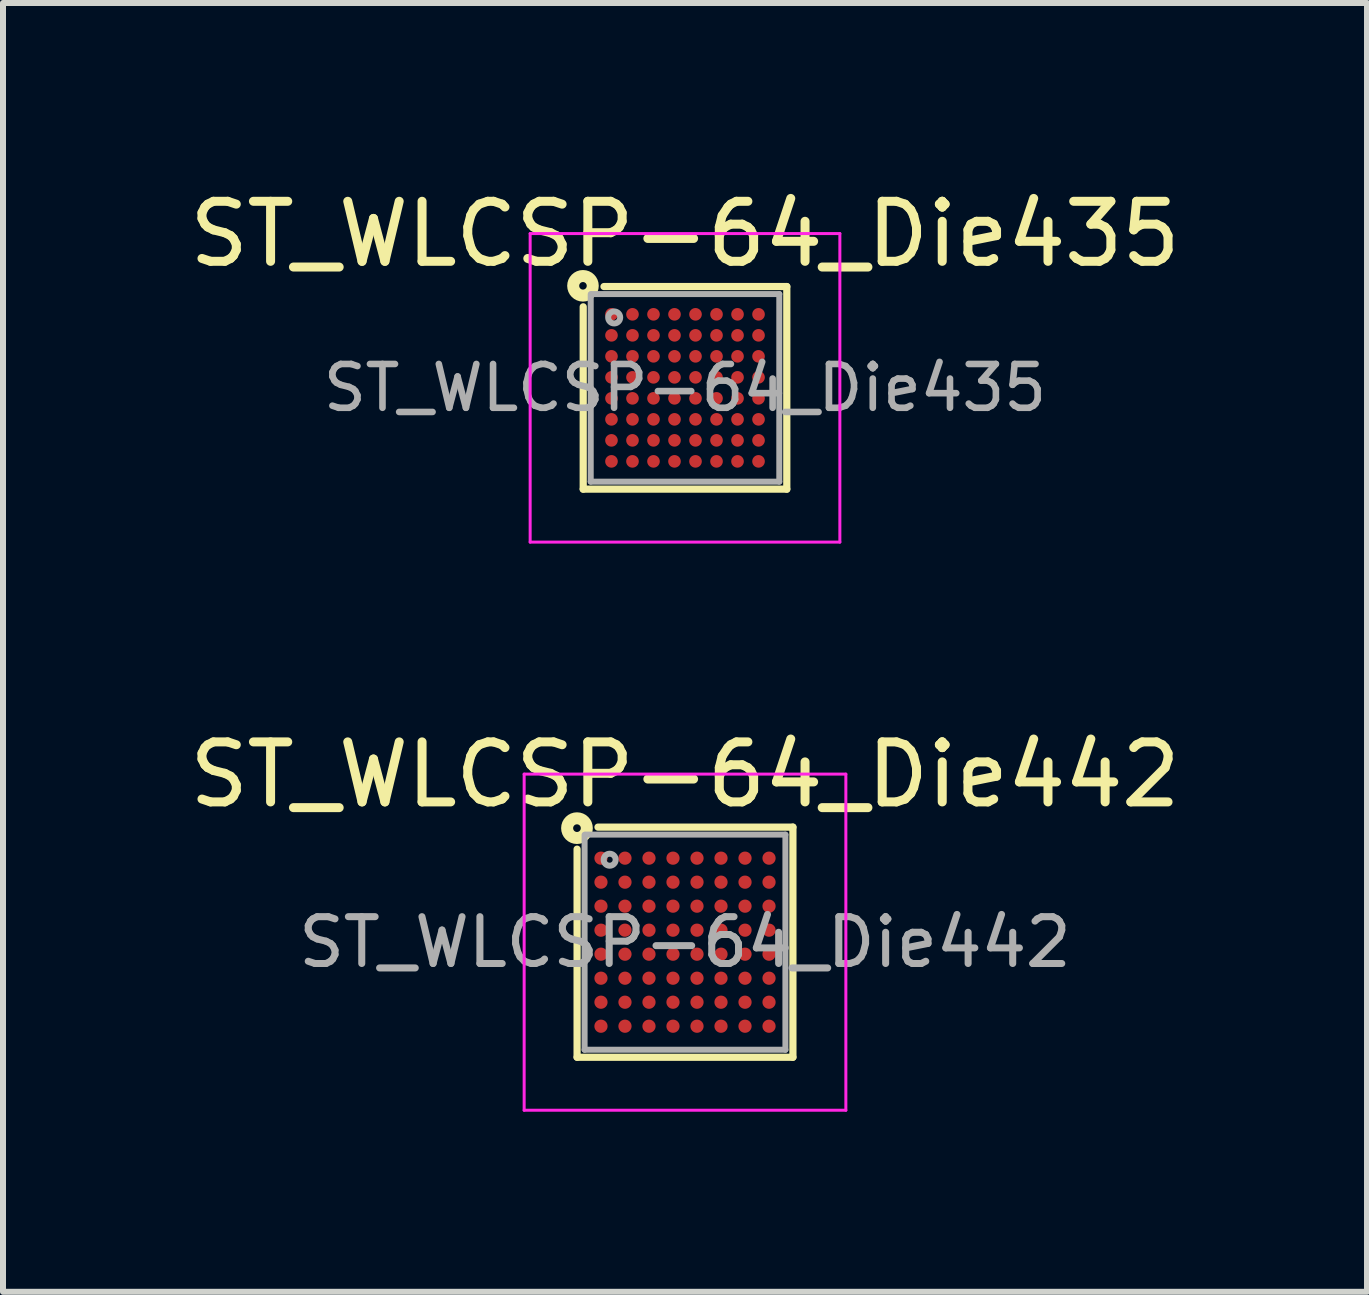
<source format=kicad_pcb>
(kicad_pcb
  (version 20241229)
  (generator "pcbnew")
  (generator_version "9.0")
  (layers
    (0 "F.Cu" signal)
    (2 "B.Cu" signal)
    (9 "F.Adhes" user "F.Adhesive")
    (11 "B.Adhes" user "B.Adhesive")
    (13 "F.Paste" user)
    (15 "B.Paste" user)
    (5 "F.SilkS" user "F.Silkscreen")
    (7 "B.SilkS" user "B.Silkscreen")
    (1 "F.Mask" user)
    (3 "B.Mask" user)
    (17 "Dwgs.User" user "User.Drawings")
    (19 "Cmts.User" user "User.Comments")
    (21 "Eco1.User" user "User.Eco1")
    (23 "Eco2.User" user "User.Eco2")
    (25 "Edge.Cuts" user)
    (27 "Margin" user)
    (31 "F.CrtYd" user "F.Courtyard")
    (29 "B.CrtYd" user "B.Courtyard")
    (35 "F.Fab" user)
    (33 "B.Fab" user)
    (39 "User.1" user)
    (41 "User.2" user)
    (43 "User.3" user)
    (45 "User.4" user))
  (footprint "ST_WLCSP-64_Die435"
    (layer "F.Cu")
    (at 8.363 3.412)
    (property "Reference" "ST_WLCSP-64_Die435" (at 0 -2.563 0) (layer "F.SilkS") (effects (font (size 1 1) (thickness 0.15))))
    (attr smd)
    (fp_line (start -1.696 1.688) (end -1.696 -1.35) (stroke (width 0.12) (type solid)) (layer "F.SilkS"))
    (fp_line (start -1.35 -1.688) (end 1.696 -1.688) (stroke (width 0.12) (type solid)) (layer "F.SilkS"))
    (fp_line (start 1.696 -1.688) (end 1.696 1.688) (stroke (width 0.12) (type solid)) (layer "F.SilkS"))
    (fp_line (start 1.696 1.688) (end -1.696 1.688) (stroke (width 0.12) (type solid)) (layer "F.SilkS"))
    (fp_circle (center -1.7 -1.7) (end -1.637 -1.7) (stroke (width 0.2) (type solid)) (fill no) (layer "F.SilkS"))
    (fp_line (start -2.58 -2.57) (end -2.58 2.57) (stroke (width 0.05) (type solid)) (layer "F.CrtYd"))
    (fp_line (start -2.58 2.57) (end 2.58 2.57) (stroke (width 0.05) (type solid)) (layer "F.CrtYd"))
    (fp_line (start 2.58 -2.57) (end -2.58 -2.57) (stroke (width 0.05) (type solid)) (layer "F.CrtYd"))
    (fp_line (start 2.58 2.57) (end 2.58 -2.57) (stroke (width 0.05) (type solid)) (layer "F.CrtYd"))
    (fp_line (start -1.571 1.563) (end -1.571 -1.56) (stroke (width 0.1) (type solid)) (layer "F.Fab"))
    (fp_line (start -1.56 -1.563) (end 1.571 -1.563) (stroke (width 0.1) (type solid)) (layer "F.Fab"))
    (fp_line (start 1.571 -1.563) (end 1.571 1.563) (stroke (width 0.1) (type solid)) (layer "F.Fab"))
    (fp_line (start 1.571 1.563) (end -1.571 1.563) (stroke (width 0.1) (type solid)) (layer "F.Fab"))
    (fp_circle (center -1.18 -1.173) (end -1.08 -1.173) (stroke (width 0.1) (type solid)) (fill no) (layer "F.Fab"))
    (fp_text user "${REFERENCE}" (at 0 0 0) (layer "F.Fab") (effects (font (size 0.73 0.73) (thickness 0.11))))
    (pad "A1" smd circle (at -1.225 -1.225) (size 0.21 0.21) (layers "F.Cu" "F.Mask" "F.Paste"))
    (pad "A2" smd circle (at -0.875 -1.225) (size 0.21 0.21) (layers "F.Cu" "F.Mask" "F.Paste"))
    (pad "A3" smd circle (at -0.525 -1.225) (size 0.21 0.21) (layers "F.Cu" "F.Mask" "F.Paste"))
    (pad "A4" smd circle (at -0.175 -1.225) (size 0.21 0.21) (layers "F.Cu" "F.Mask" "F.Paste"))
    (pad "A5" smd circle (at 0.175 -1.225) (size 0.21 0.21) (layers "F.Cu" "F.Mask" "F.Paste"))
    (pad "A6" smd circle (at 0.525 -1.225) (size 0.21 0.21) (layers "F.Cu" "F.Mask" "F.Paste"))
    (pad "A7" smd circle (at 0.875 -1.225) (size 0.21 0.21) (layers "F.Cu" "F.Mask" "F.Paste"))
    (pad "A8" smd circle (at 1.225 -1.225) (size 0.21 0.21) (layers "F.Cu" "F.Mask" "F.Paste"))
    (pad "B1" smd circle (at -1.225 -0.875) (size 0.21 0.21) (layers "F.Cu" "F.Mask" "F.Paste"))
    (pad "B2" smd circle (at -0.875 -0.875) (size 0.21 0.21) (layers "F.Cu" "F.Mask" "F.Paste"))
    (pad "B3" smd circle (at -0.525 -0.875) (size 0.21 0.21) (layers "F.Cu" "F.Mask" "F.Paste"))
    (pad "B4" smd circle (at -0.175 -0.875) (size 0.21 0.21) (layers "F.Cu" "F.Mask" "F.Paste"))
    (pad "B5" smd circle (at 0.175 -0.875) (size 0.21 0.21) (layers "F.Cu" "F.Mask" "F.Paste"))
    (pad "B6" smd circle (at 0.525 -0.875) (size 0.21 0.21) (layers "F.Cu" "F.Mask" "F.Paste"))
    (pad "B7" smd circle (at 0.875 -0.875) (size 0.21 0.21) (layers "F.Cu" "F.Mask" "F.Paste"))
    (pad "B8" smd circle (at 1.225 -0.875) (size 0.21 0.21) (layers "F.Cu" "F.Mask" "F.Paste"))
    (pad "C1" smd circle (at -1.225 -0.525) (size 0.21 0.21) (layers "F.Cu" "F.Mask" "F.Paste"))
    (pad "C2" smd circle (at -0.875 -0.525) (size 0.21 0.21) (layers "F.Cu" "F.Mask" "F.Paste"))
    (pad "C3" smd circle (at -0.525 -0.525) (size 0.21 0.21) (layers "F.Cu" "F.Mask" "F.Paste"))
    (pad "C4" smd circle (at -0.175 -0.525) (size 0.21 0.21) (layers "F.Cu" "F.Mask" "F.Paste"))
    (pad "C5" smd circle (at 0.175 -0.525) (size 0.21 0.21) (layers "F.Cu" "F.Mask" "F.Paste"))
    (pad "C6" smd circle (at 0.525 -0.525) (size 0.21 0.21) (layers "F.Cu" "F.Mask" "F.Paste"))
    (pad "C7" smd circle (at 0.875 -0.525) (size 0.21 0.21) (layers "F.Cu" "F.Mask" "F.Paste"))
    (pad "C8" smd circle (at 1.225 -0.525) (size 0.21 0.21) (layers "F.Cu" "F.Mask" "F.Paste"))
    (pad "D1" smd circle (at -1.225 -0.175) (size 0.21 0.21) (layers "F.Cu" "F.Mask" "F.Paste"))
    (pad "D2" smd circle (at -0.875 -0.175) (size 0.21 0.21) (layers "F.Cu" "F.Mask" "F.Paste"))
    (pad "D3" smd circle (at -0.525 -0.175) (size 0.21 0.21) (layers "F.Cu" "F.Mask" "F.Paste"))
    (pad "D4" smd circle (at -0.175 -0.175) (size 0.21 0.21) (layers "F.Cu" "F.Mask" "F.Paste"))
    (pad "D5" smd circle (at 0.175 -0.175) (size 0.21 0.21) (layers "F.Cu" "F.Mask" "F.Paste"))
    (pad "D6" smd circle (at 0.525 -0.175) (size 0.21 0.21) (layers "F.Cu" "F.Mask" "F.Paste"))
    (pad "D7" smd circle (at 0.875 -0.175) (size 0.21 0.21) (layers "F.Cu" "F.Mask" "F.Paste"))
    (pad "D8" smd circle (at 1.225 -0.175) (size 0.21 0.21) (layers "F.Cu" "F.Mask" "F.Paste"))
    (pad "E1" smd circle (at -1.225 0.175) (size 0.21 0.21) (layers "F.Cu" "F.Mask" "F.Paste"))
    (pad "E2" smd circle (at -0.875 0.175) (size 0.21 0.21) (layers "F.Cu" "F.Mask" "F.Paste"))
    (pad "E3" smd circle (at -0.525 0.175) (size 0.21 0.21) (layers "F.Cu" "F.Mask" "F.Paste"))
    (pad "E4" smd circle (at -0.175 0.175) (size 0.21 0.21) (layers "F.Cu" "F.Mask" "F.Paste"))
    (pad "E5" smd circle (at 0.175 0.175) (size 0.21 0.21) (layers "F.Cu" "F.Mask" "F.Paste"))
    (pad "E6" smd circle (at 0.525 0.175) (size 0.21 0.21) (layers "F.Cu" "F.Mask" "F.Paste"))
    (pad "E7" smd circle (at 0.875 0.175) (size 0.21 0.21) (layers "F.Cu" "F.Mask" "F.Paste"))
    (pad "E8" smd circle (at 1.225 0.175) (size 0.21 0.21) (layers "F.Cu" "F.Mask" "F.Paste"))
    (pad "F1" smd circle (at -1.225 0.525) (size 0.21 0.21) (layers "F.Cu" "F.Mask" "F.Paste"))
    (pad "F2" smd circle (at -0.875 0.525) (size 0.21 0.21) (layers "F.Cu" "F.Mask" "F.Paste"))
    (pad "F3" smd circle (at -0.525 0.525) (size 0.21 0.21) (layers "F.Cu" "F.Mask" "F.Paste"))
    (pad "F4" smd circle (at -0.175 0.525) (size 0.21 0.21) (layers "F.Cu" "F.Mask" "F.Paste"))
    (pad "F5" smd circle (at 0.175 0.525) (size 0.21 0.21) (layers "F.Cu" "F.Mask" "F.Paste"))
    (pad "F6" smd circle (at 0.525 0.525) (size 0.21 0.21) (layers "F.Cu" "F.Mask" "F.Paste"))
    (pad "F7" smd circle (at 0.875 0.525) (size 0.21 0.21) (layers "F.Cu" "F.Mask" "F.Paste"))
    (pad "F8" smd circle (at 1.225 0.525) (size 0.21 0.21) (layers "F.Cu" "F.Mask" "F.Paste"))
    (pad "G1" smd circle (at -1.225 0.875) (size 0.21 0.21) (layers "F.Cu" "F.Mask" "F.Paste"))
    (pad "G2" smd circle (at -0.875 0.875) (size 0.21 0.21) (layers "F.Cu" "F.Mask" "F.Paste"))
    (pad "G3" smd circle (at -0.525 0.875) (size 0.21 0.21) (layers "F.Cu" "F.Mask" "F.Paste"))
    (pad "G4" smd circle (at -0.175 0.875) (size 0.21 0.21) (layers "F.Cu" "F.Mask" "F.Paste"))
    (pad "G5" smd circle (at 0.175 0.875) (size 0.21 0.21) (layers "F.Cu" "F.Mask" "F.Paste"))
    (pad "G6" smd circle (at 0.525 0.875) (size 0.21 0.21) (layers "F.Cu" "F.Mask" "F.Paste"))
    (pad "G7" smd circle (at 0.875 0.875) (size 0.21 0.21) (layers "F.Cu" "F.Mask" "F.Paste"))
    (pad "G8" smd circle (at 1.225 0.875) (size 0.21 0.21) (layers "F.Cu" "F.Mask" "F.Paste"))
    (pad "H1" smd circle (at -1.225 1.225) (size 0.21 0.21) (layers "F.Cu" "F.Mask" "F.Paste"))
    (pad "H2" smd circle (at -0.875 1.225) (size 0.21 0.21) (layers "F.Cu" "F.Mask" "F.Paste"))
    (pad "H3" smd circle (at -0.525 1.225) (size 0.21 0.21) (layers "F.Cu" "F.Mask" "F.Paste"))
    (pad "H4" smd circle (at -0.175 1.225) (size 0.21 0.21) (layers "F.Cu" "F.Mask" "F.Paste"))
    (pad "H5" smd circle (at 0.175 1.225) (size 0.21 0.21) (layers "F.Cu" "F.Mask" "F.Paste"))
    (pad "H6" smd circle (at 0.525 1.225) (size 0.21 0.21) (layers "F.Cu" "F.Mask" "F.Paste"))
    (pad "H7" smd circle (at 0.875 1.225) (size 0.21 0.21) (layers "F.Cu" "F.Mask" "F.Paste"))
    (pad "H8" smd circle (at 1.225 1.225) (size 0.21 0.21) (layers "F.Cu" "F.Mask" "F.Paste")))
  (footprint "ST_WLCSP-64_Die442"
    (layer "F.Cu")
    (at 8.363 12.648)
    (property "Reference" "ST_WLCSP-64_Die442" (at 0 -2.792 0) (layer "F.SilkS") (effects (font (size 1 1) (thickness 0.15))))
    (attr smd)
    (fp_line (start -1.798 1.917) (end -1.798 -1.55) (stroke (width 0.12) (type solid)) (layer "F.SilkS"))
    (fp_line (start -1.45 -1.917) (end 1.798 -1.917) (stroke (width 0.12) (type solid)) (layer "F.SilkS"))
    (fp_line (start 1.798 -1.917) (end 1.798 1.917) (stroke (width 0.12) (type solid)) (layer "F.SilkS"))
    (fp_line (start 1.798 1.917) (end -1.798 1.917) (stroke (width 0.12) (type solid)) (layer "F.SilkS"))
    (fp_circle (center -1.8 -1.9) (end -1.736 -1.9) (stroke (width 0.2) (type solid)) (fill no) (layer "F.SilkS"))
    (fp_line (start -2.68 -2.8) (end -2.68 2.8) (stroke (width 0.05) (type solid)) (layer "F.CrtYd"))
    (fp_line (start -2.68 2.8) (end 2.68 2.8) (stroke (width 0.05) (type solid)) (layer "F.CrtYd"))
    (fp_line (start 2.68 -2.8) (end -2.68 -2.8) (stroke (width 0.05) (type solid)) (layer "F.CrtYd"))
    (fp_line (start 2.68 2.8) (end 2.68 -2.8) (stroke (width 0.05) (type solid)) (layer "F.CrtYd"))
    (fp_line (start -1.673 1.792) (end -1.673 -1.79) (stroke (width 0.1) (type solid)) (layer "F.Fab"))
    (fp_line (start -1.66 -1.792) (end 1.673 -1.792) (stroke (width 0.1) (type solid)) (layer "F.Fab"))
    (fp_line (start 1.673 -1.792) (end 1.673 1.792) (stroke (width 0.1) (type solid)) (layer "F.Fab"))
    (fp_line (start 1.673 1.792) (end -1.673 1.792) (stroke (width 0.1) (type solid)) (layer "F.Fab"))
    (fp_circle (center -1.255 -1.374) (end -1.155 -1.374) (stroke (width 0.1) (type solid)) (fill no) (layer "F.Fab"))
    (fp_text user "${REFERENCE}" (at 0 0 0) (layer "F.Fab") (effects (font (size 0.78 0.78) (thickness 0.117))))
    (pad "A1" smd circle (at -1.4 -1.4) (size 0.22 0.22) (layers "F.Cu" "F.Mask" "F.Paste"))
    (pad "A2" smd circle (at -1 -1.4) (size 0.22 0.22) (layers "F.Cu" "F.Mask" "F.Paste"))
    (pad "A3" smd circle (at -0.6 -1.4) (size 0.22 0.22) (layers "F.Cu" "F.Mask" "F.Paste"))
    (pad "A4" smd circle (at -0.2 -1.4) (size 0.22 0.22) (layers "F.Cu" "F.Mask" "F.Paste"))
    (pad "A5" smd circle (at 0.2 -1.4) (size 0.22 0.22) (layers "F.Cu" "F.Mask" "F.Paste"))
    (pad "A6" smd circle (at 0.6 -1.4) (size 0.22 0.22) (layers "F.Cu" "F.Mask" "F.Paste"))
    (pad "A7" smd circle (at 1 -1.4) (size 0.22 0.22) (layers "F.Cu" "F.Mask" "F.Paste"))
    (pad "A8" smd circle (at 1.4 -1.4) (size 0.22 0.22) (layers "F.Cu" "F.Mask" "F.Paste"))
    (pad "B1" smd circle (at -1.4 -1) (size 0.22 0.22) (layers "F.Cu" "F.Mask" "F.Paste"))
    (pad "B2" smd circle (at -1 -1) (size 0.22 0.22) (layers "F.Cu" "F.Mask" "F.Paste"))
    (pad "B3" smd circle (at -0.6 -1) (size 0.22 0.22) (layers "F.Cu" "F.Mask" "F.Paste"))
    (pad "B4" smd circle (at -0.2 -1) (size 0.22 0.22) (layers "F.Cu" "F.Mask" "F.Paste"))
    (pad "B5" smd circle (at 0.2 -1) (size 0.22 0.22) (layers "F.Cu" "F.Mask" "F.Paste"))
    (pad "B6" smd circle (at 0.6 -1) (size 0.22 0.22) (layers "F.Cu" "F.Mask" "F.Paste"))
    (pad "B7" smd circle (at 1 -1) (size 0.22 0.22) (layers "F.Cu" "F.Mask" "F.Paste"))
    (pad "B8" smd circle (at 1.4 -1) (size 0.22 0.22) (layers "F.Cu" "F.Mask" "F.Paste"))
    (pad "C1" smd circle (at -1.4 -0.6) (size 0.22 0.22) (layers "F.Cu" "F.Mask" "F.Paste"))
    (pad "C2" smd circle (at -1 -0.6) (size 0.22 0.22) (layers "F.Cu" "F.Mask" "F.Paste"))
    (pad "C3" smd circle (at -0.6 -0.6) (size 0.22 0.22) (layers "F.Cu" "F.Mask" "F.Paste"))
    (pad "C4" smd circle (at -0.2 -0.6) (size 0.22 0.22) (layers "F.Cu" "F.Mask" "F.Paste"))
    (pad "C5" smd circle (at 0.2 -0.6) (size 0.22 0.22) (layers "F.Cu" "F.Mask" "F.Paste"))
    (pad "C6" smd circle (at 0.6 -0.6) (size 0.22 0.22) (layers "F.Cu" "F.Mask" "F.Paste"))
    (pad "C7" smd circle (at 1 -0.6) (size 0.22 0.22) (layers "F.Cu" "F.Mask" "F.Paste"))
    (pad "C8" smd circle (at 1.4 -0.6) (size 0.22 0.22) (layers "F.Cu" "F.Mask" "F.Paste"))
    (pad "D1" smd circle (at -1.4 -0.2) (size 0.22 0.22) (layers "F.Cu" "F.Mask" "F.Paste"))
    (pad "D2" smd circle (at -1 -0.2) (size 0.22 0.22) (layers "F.Cu" "F.Mask" "F.Paste"))
    (pad "D3" smd circle (at -0.6 -0.2) (size 0.22 0.22) (layers "F.Cu" "F.Mask" "F.Paste"))
    (pad "D4" smd circle (at -0.2 -0.2) (size 0.22 0.22) (layers "F.Cu" "F.Mask" "F.Paste"))
    (pad "D5" smd circle (at 0.2 -0.2) (size 0.22 0.22) (layers "F.Cu" "F.Mask" "F.Paste"))
    (pad "D6" smd circle (at 0.6 -0.2) (size 0.22 0.22) (layers "F.Cu" "F.Mask" "F.Paste"))
    (pad "D7" smd circle (at 1 -0.2) (size 0.22 0.22) (layers "F.Cu" "F.Mask" "F.Paste"))
    (pad "D8" smd circle (at 1.4 -0.2) (size 0.22 0.22) (layers "F.Cu" "F.Mask" "F.Paste"))
    (pad "E1" smd circle (at -1.4 0.2) (size 0.22 0.22) (layers "F.Cu" "F.Mask" "F.Paste"))
    (pad "E2" smd circle (at -1 0.2) (size 0.22 0.22) (layers "F.Cu" "F.Mask" "F.Paste"))
    (pad "E3" smd circle (at -0.6 0.2) (size 0.22 0.22) (layers "F.Cu" "F.Mask" "F.Paste"))
    (pad "E4" smd circle (at -0.2 0.2) (size 0.22 0.22) (layers "F.Cu" "F.Mask" "F.Paste"))
    (pad "E5" smd circle (at 0.2 0.2) (size 0.22 0.22) (layers "F.Cu" "F.Mask" "F.Paste"))
    (pad "E6" smd circle (at 0.6 0.2) (size 0.22 0.22) (layers "F.Cu" "F.Mask" "F.Paste"))
    (pad "E7" smd circle (at 1 0.2) (size 0.22 0.22) (layers "F.Cu" "F.Mask" "F.Paste"))
    (pad "E8" smd circle (at 1.4 0.2) (size 0.22 0.22) (layers "F.Cu" "F.Mask" "F.Paste"))
    (pad "F1" smd circle (at -1.4 0.6) (size 0.22 0.22) (layers "F.Cu" "F.Mask" "F.Paste"))
    (pad "F2" smd circle (at -1 0.6) (size 0.22 0.22) (layers "F.Cu" "F.Mask" "F.Paste"))
    (pad "F3" smd circle (at -0.6 0.6) (size 0.22 0.22) (layers "F.Cu" "F.Mask" "F.Paste"))
    (pad "F4" smd circle (at -0.2 0.6) (size 0.22 0.22) (layers "F.Cu" "F.Mask" "F.Paste"))
    (pad "F5" smd circle (at 0.2 0.6) (size 0.22 0.22) (layers "F.Cu" "F.Mask" "F.Paste"))
    (pad "F6" smd circle (at 0.6 0.6) (size 0.22 0.22) (layers "F.Cu" "F.Mask" "F.Paste"))
    (pad "F7" smd circle (at 1 0.6) (size 0.22 0.22) (layers "F.Cu" "F.Mask" "F.Paste"))
    (pad "F8" smd circle (at 1.4 0.6) (size 0.22 0.22) (layers "F.Cu" "F.Mask" "F.Paste"))
    (pad "G1" smd circle (at -1.4 1) (size 0.22 0.22) (layers "F.Cu" "F.Mask" "F.Paste"))
    (pad "G2" smd circle (at -1 1) (size 0.22 0.22) (layers "F.Cu" "F.Mask" "F.Paste"))
    (pad "G3" smd circle (at -0.6 1) (size 0.22 0.22) (layers "F.Cu" "F.Mask" "F.Paste"))
    (pad "G4" smd circle (at -0.2 1) (size 0.22 0.22) (layers "F.Cu" "F.Mask" "F.Paste"))
    (pad "G5" smd circle (at 0.2 1) (size 0.22 0.22) (layers "F.Cu" "F.Mask" "F.Paste"))
    (pad "G6" smd circle (at 0.6 1) (size 0.22 0.22) (layers "F.Cu" "F.Mask" "F.Paste"))
    (pad "G7" smd circle (at 1 1) (size 0.22 0.22) (layers "F.Cu" "F.Mask" "F.Paste"))
    (pad "G8" smd circle (at 1.4 1) (size 0.22 0.22) (layers "F.Cu" "F.Mask" "F.Paste"))
    (pad "H1" smd circle (at -1.4 1.4) (size 0.22 0.22) (layers "F.Cu" "F.Mask" "F.Paste"))
    (pad "H2" smd circle (at -1 1.4) (size 0.22 0.22) (layers "F.Cu" "F.Mask" "F.Paste"))
    (pad "H3" smd circle (at -0.6 1.4) (size 0.22 0.22) (layers "F.Cu" "F.Mask" "F.Paste"))
    (pad "H4" smd circle (at -0.2 1.4) (size 0.22 0.22) (layers "F.Cu" "F.Mask" "F.Paste"))
    (pad "H5" smd circle (at 0.2 1.4) (size 0.22 0.22) (layers "F.Cu" "F.Mask" "F.Paste"))
    (pad "H6" smd circle (at 0.6 1.4) (size 0.22 0.22) (layers "F.Cu" "F.Mask" "F.Paste"))
    (pad "H7" smd circle (at 1 1.4) (size 0.22 0.22) (layers "F.Cu" "F.Mask" "F.Paste"))
    (pad "H8" smd circle (at 1.4 1.4) (size 0.22 0.22) (layers "F.Cu" "F.Mask" "F.Paste")))
  (gr_rect
    (start -3 -3)
    (end 19.726 18.473)
    (stroke (width 0.1) (type default))
    (fill no)
    (layer "Edge.Cuts")))
</source>
